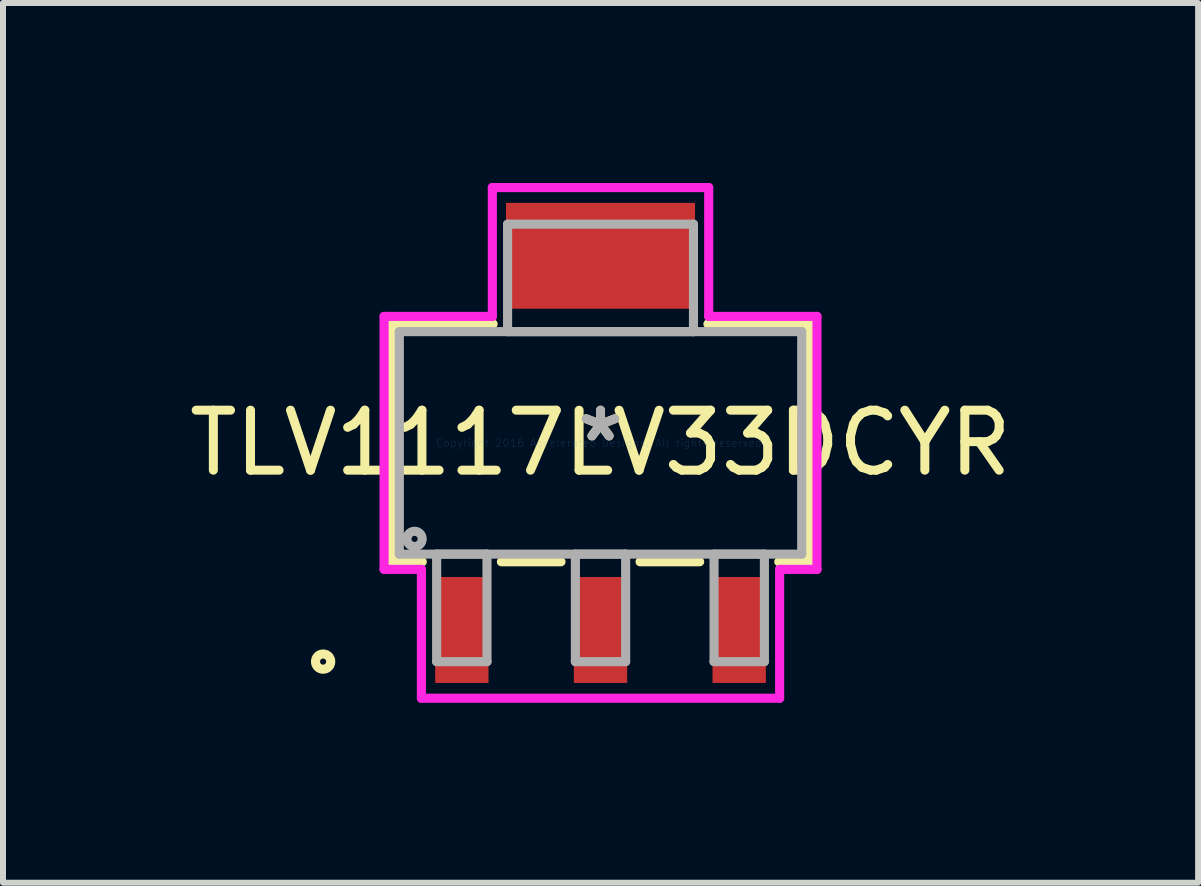
<source format=kicad_pcb>
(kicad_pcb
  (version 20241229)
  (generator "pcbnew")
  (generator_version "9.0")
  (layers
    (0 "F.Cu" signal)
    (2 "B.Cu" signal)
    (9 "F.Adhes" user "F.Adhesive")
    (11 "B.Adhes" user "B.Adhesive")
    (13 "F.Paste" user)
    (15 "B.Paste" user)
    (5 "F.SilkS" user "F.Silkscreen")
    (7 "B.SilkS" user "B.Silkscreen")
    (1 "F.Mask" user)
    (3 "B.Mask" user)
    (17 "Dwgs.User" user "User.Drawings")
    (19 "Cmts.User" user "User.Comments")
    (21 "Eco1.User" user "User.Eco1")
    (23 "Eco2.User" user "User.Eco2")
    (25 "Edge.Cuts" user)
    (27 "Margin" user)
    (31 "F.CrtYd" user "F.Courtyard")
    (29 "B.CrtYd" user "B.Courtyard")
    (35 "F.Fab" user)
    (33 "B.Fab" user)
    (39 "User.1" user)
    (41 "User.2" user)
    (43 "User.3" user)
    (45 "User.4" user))
  (footprint "TLV1117LV33DCYR"
    (layer "F.Cu")
    (at 6.958 4.331)
    (property "Reference" "TLV1117LV33DCYR" (at 0 0 0) (layer "F.SilkS") (effects (font (size 1 1) (thickness 0.15))))
    (attr through_hole)
    (fp_line (start -3.48 -1.981) (end -3.48 1.981) (stroke (width 0.152) (type solid)) (layer "F.SilkS"))
    (fp_line (start -3.48 1.981) (end -2.971 1.981) (stroke (width 0.152) (type solid)) (layer "F.SilkS"))
    (fp_line (start -1.79 -1.981) (end -3.48 -1.981) (stroke (width 0.152) (type solid)) (layer "F.SilkS"))
    (fp_line (start -1.652 1.981) (end -0.659 1.981) (stroke (width 0.152) (type solid)) (layer "F.SilkS"))
    (fp_line (start 0.659 1.981) (end 1.652 1.981) (stroke (width 0.152) (type solid)) (layer "F.SilkS"))
    (fp_line (start 2.971 1.981) (end 3.48 1.981) (stroke (width 0.152) (type solid)) (layer "F.SilkS"))
    (fp_line (start 3.48 -1.981) (end 1.79 -1.981) (stroke (width 0.152) (type solid)) (layer "F.SilkS"))
    (fp_line (start 3.48 1.981) (end 3.48 -1.981) (stroke (width 0.152) (type solid)) (layer "F.SilkS"))
    (fp_circle (center -4.623 3.645) (end -4.496 3.645) (stroke (width 0.152) (type solid)) (fill no) (layer "F.SilkS"))
    (fp_line (start -3.607 -2.108) (end -1.803 -2.108) (stroke (width 0.152) (type solid)) (layer "F.CrtYd"))
    (fp_line (start -3.607 2.108) (end -3.607 -2.108) (stroke (width 0.152) (type solid)) (layer "F.CrtYd"))
    (fp_line (start -2.985 2.108) (end -3.607 2.108) (stroke (width 0.152) (type solid)) (layer "F.CrtYd"))
    (fp_line (start -2.985 4.255) (end -2.985 2.108) (stroke (width 0.152) (type solid)) (layer "F.CrtYd"))
    (fp_line (start -1.803 -4.255) (end 1.803 -4.255) (stroke (width 0.152) (type solid)) (layer "F.CrtYd"))
    (fp_line (start -1.803 -2.108) (end -1.803 -4.255) (stroke (width 0.152) (type solid)) (layer "F.CrtYd"))
    (fp_line (start 1.803 -4.255) (end 1.803 -2.108) (stroke (width 0.152) (type solid)) (layer "F.CrtYd"))
    (fp_line (start 1.803 -2.108) (end 3.607 -2.108) (stroke (width 0.152) (type solid)) (layer "F.CrtYd"))
    (fp_line (start 2.985 2.108) (end 2.985 4.255) (stroke (width 0.152) (type solid)) (layer "F.CrtYd"))
    (fp_line (start 2.985 4.255) (end -2.985 4.255) (stroke (width 0.152) (type solid)) (layer "F.CrtYd"))
    (fp_line (start 3.607 -2.108) (end 3.607 2.108) (stroke (width 0.152) (type solid)) (layer "F.CrtYd"))
    (fp_line (start 3.607 2.108) (end 2.985 2.108) (stroke (width 0.152) (type solid)) (layer "F.CrtYd"))
    (fp_line (start -3.353 -1.854) (end -3.353 1.854) (stroke (width 0.152) (type solid)) (layer "F.Fab"))
    (fp_line (start -3.353 1.854) (end 3.353 1.854) (stroke (width 0.152) (type solid)) (layer "F.Fab"))
    (fp_line (start -2.731 1.854) (end -2.731 3.645) (stroke (width 0.152) (type solid)) (layer "F.Fab"))
    (fp_line (start -2.731 3.645) (end -1.892 3.645) (stroke (width 0.152) (type solid)) (layer "F.Fab"))
    (fp_line (start -1.892 1.854) (end -2.731 1.854) (stroke (width 0.152) (type solid)) (layer "F.Fab"))
    (fp_line (start -1.892 3.645) (end -1.892 1.854) (stroke (width 0.152) (type solid)) (layer "F.Fab"))
    (fp_line (start -1.549 -3.645) (end -1.549 -1.854) (stroke (width 0.152) (type solid)) (layer "F.Fab"))
    (fp_line (start -1.549 -1.854) (end 1.549 -1.854) (stroke (width 0.152) (type solid)) (layer "F.Fab"))
    (fp_line (start -0.419 1.854) (end -0.419 3.645) (stroke (width 0.152) (type solid)) (layer "F.Fab"))
    (fp_line (start -0.419 3.645) (end 0.419 3.645) (stroke (width 0.152) (type solid)) (layer "F.Fab"))
    (fp_line (start 0.419 1.854) (end -0.419 1.854) (stroke (width 0.152) (type solid)) (layer "F.Fab"))
    (fp_line (start 0.419 3.645) (end 0.419 1.854) (stroke (width 0.152) (type solid)) (layer "F.Fab"))
    (fp_line (start 1.549 -3.645) (end -1.549 -3.645) (stroke (width 0.152) (type solid)) (layer "F.Fab"))
    (fp_line (start 1.549 -1.854) (end 1.549 -3.645) (stroke (width 0.152) (type solid)) (layer "F.Fab"))
    (fp_line (start 1.892 1.854) (end 1.892 3.645) (stroke (width 0.152) (type solid)) (layer "F.Fab"))
    (fp_line (start 1.892 3.645) (end 2.731 3.645) (stroke (width 0.152) (type solid)) (layer "F.Fab"))
    (fp_line (start 2.731 1.854) (end 1.892 1.854) (stroke (width 0.152) (type solid)) (layer "F.Fab"))
    (fp_line (start 2.731 3.645) (end 2.731 1.854) (stroke (width 0.152) (type solid)) (layer "F.Fab"))
    (fp_line (start 3.353 -1.854) (end -3.353 -1.854) (stroke (width 0.152) (type solid)) (layer "F.Fab"))
    (fp_line (start 3.353 1.854) (end 3.353 -1.854) (stroke (width 0.152) (type solid)) (layer "F.Fab"))
    (fp_circle (center -3.099 1.6) (end -2.972 1.6) (stroke (width 0.152) (type solid)) (fill no) (layer "F.Fab"))
    (fp_text user "*" (at 0 0 0) (layer "F.SilkS") (effects (font (size 1 1) (thickness 0.15))))
    (fp_text user "Copyright 2016 Accelerated Designs. All rights reserved." (at 0 0 0) (layer "Cmts.User") (effects (font (size 0.127 0.127) (thickness 0.002))))
    (fp_text user "*" (at 0 0 0) (layer "F.Fab") (effects (font (size 1 1) (thickness 0.15))))
    (pad "1" smd rect (at -2.311 3.118) (size 0.889 1.765) (layers "F.Cu" "F.Mask" "F.Paste"))
    (pad "2" smd rect (at 0 3.118) (size 0.889 1.765) (layers "F.Cu" "F.Mask" "F.Paste"))
    (pad "3" smd rect (at 2.311 3.118) (size 0.889 1.765) (layers "F.Cu" "F.Mask" "F.Paste"))
    (pad "4" smd rect (at 0 -3.118) (size 3.15 1.765) (layers "F.Cu" "F.Mask" "F.Paste")))
  (gr_rect
    (start -3 -3)
    (end 16.917 11.661)
    (stroke (width 0.1) (type default))
    (fill no)
    (layer "Edge.Cuts")))
</source>
